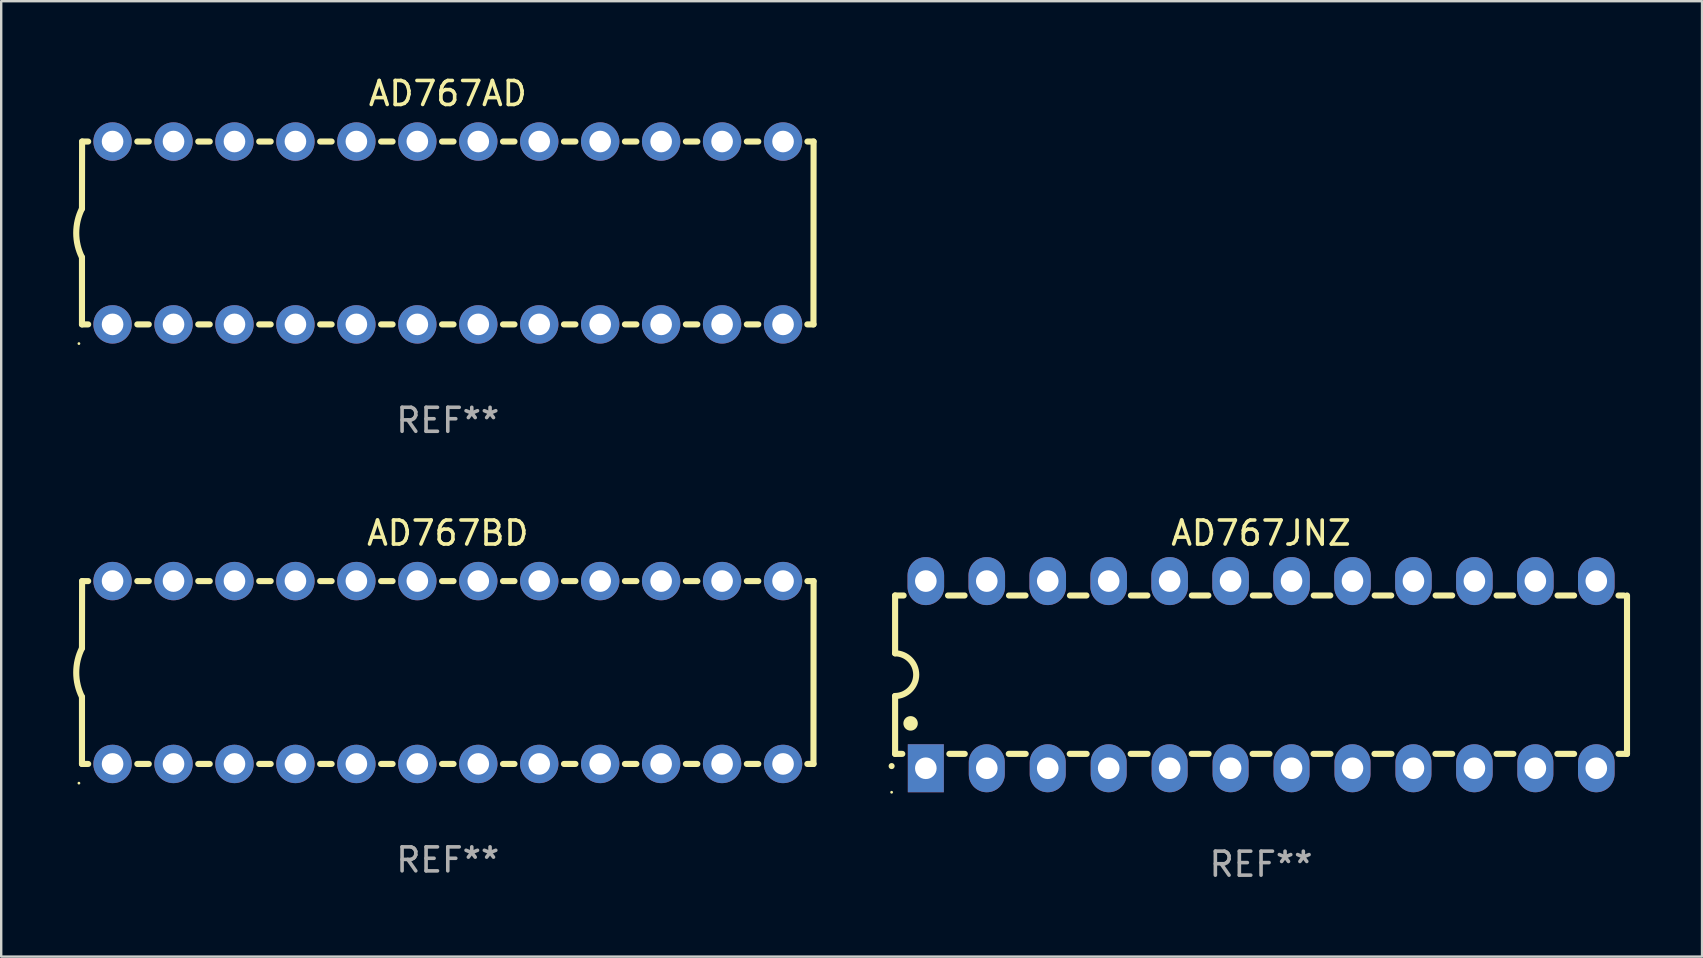
<source format=kicad_pcb>
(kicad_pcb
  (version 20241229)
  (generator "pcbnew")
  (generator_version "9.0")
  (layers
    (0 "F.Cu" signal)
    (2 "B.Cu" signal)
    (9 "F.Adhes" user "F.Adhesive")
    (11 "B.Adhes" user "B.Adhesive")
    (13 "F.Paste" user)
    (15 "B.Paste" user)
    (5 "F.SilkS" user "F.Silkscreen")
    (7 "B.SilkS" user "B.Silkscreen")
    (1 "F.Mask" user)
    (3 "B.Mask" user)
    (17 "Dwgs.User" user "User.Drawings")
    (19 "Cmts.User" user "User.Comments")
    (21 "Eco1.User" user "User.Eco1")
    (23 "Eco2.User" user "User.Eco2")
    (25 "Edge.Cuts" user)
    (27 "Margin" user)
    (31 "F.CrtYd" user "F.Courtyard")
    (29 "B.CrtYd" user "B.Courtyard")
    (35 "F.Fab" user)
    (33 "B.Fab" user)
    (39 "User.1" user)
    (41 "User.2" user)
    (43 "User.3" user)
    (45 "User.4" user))
  (footprint "AD767AD"
    (layer "F.Cu")
    (at 15.61 6.658)
    (property "Reference" "AD767AD" (at 0 -5.81 0) (layer "F.SilkS") (effects (font (size 1 1) (thickness 0.15))))
    (attr through_hole)
    (fp_line (start -15.244 3.81) (end -15.244 1.017) (stroke (width 0.254) (type solid)) (layer "F.SilkS"))
    (fp_line (start -15.239 -3.81) (end -15.244 -1.015) (stroke (width 0.254) (type solid)) (layer "F.SilkS"))
    (fp_line (start -15.239 -3.81) (end -14.985 -3.81) (stroke (width 0.254) (type solid)) (layer "F.SilkS"))
    (fp_line (start -14.985 3.81) (end -15.244 3.81) (stroke (width 0.254) (type solid)) (layer "F.SilkS"))
    (fp_line (start -12.938 -3.81) (end -12.46 -3.81) (stroke (width 0.254) (type solid)) (layer "F.SilkS"))
    (fp_line (start -12.46 3.81) (end -12.938 3.81) (stroke (width 0.254) (type solid)) (layer "F.SilkS"))
    (fp_line (start -10.398 -3.81) (end -9.92 -3.81) (stroke (width 0.254) (type solid)) (layer "F.SilkS"))
    (fp_line (start -9.92 3.81) (end -10.398 3.81) (stroke (width 0.254) (type solid)) (layer "F.SilkS"))
    (fp_line (start -7.858 -3.81) (end -7.38 -3.81) (stroke (width 0.254) (type solid)) (layer "F.SilkS"))
    (fp_line (start -7.38 3.81) (end -7.858 3.81) (stroke (width 0.254) (type solid)) (layer "F.SilkS"))
    (fp_line (start -5.318 -3.81) (end -4.84 -3.81) (stroke (width 0.254) (type solid)) (layer "F.SilkS"))
    (fp_line (start -4.84 3.81) (end -5.318 3.81) (stroke (width 0.254) (type solid)) (layer "F.SilkS"))
    (fp_line (start -2.778 -3.81) (end -2.3 -3.81) (stroke (width 0.254) (type solid)) (layer "F.SilkS"))
    (fp_line (start -2.3 3.81) (end -2.778 3.81) (stroke (width 0.254) (type solid)) (layer "F.SilkS"))
    (fp_line (start -0.238 -3.81) (end 0.24 -3.81) (stroke (width 0.254) (type solid)) (layer "F.SilkS"))
    (fp_line (start 0.24 3.81) (end -0.238 3.81) (stroke (width 0.254) (type solid)) (layer "F.SilkS"))
    (fp_line (start 2.302 -3.81) (end 2.78 -3.81) (stroke (width 0.254) (type solid)) (layer "F.SilkS"))
    (fp_line (start 2.78 3.81) (end 2.302 3.81) (stroke (width 0.254) (type solid)) (layer "F.SilkS"))
    (fp_line (start 4.842 -3.81) (end 5.32 -3.81) (stroke (width 0.254) (type solid)) (layer "F.SilkS"))
    (fp_line (start 5.32 3.81) (end 4.842 3.81) (stroke (width 0.254) (type solid)) (layer "F.SilkS"))
    (fp_line (start 7.382 -3.81) (end 7.86 -3.81) (stroke (width 0.254) (type solid)) (layer "F.SilkS"))
    (fp_line (start 7.86 3.81) (end 7.382 3.81) (stroke (width 0.254) (type solid)) (layer "F.SilkS"))
    (fp_line (start 9.922 -3.81) (end 10.4 -3.81) (stroke (width 0.254) (type solid)) (layer "F.SilkS"))
    (fp_line (start 10.4 3.81) (end 9.922 3.81) (stroke (width 0.254) (type solid)) (layer "F.SilkS"))
    (fp_line (start 12.462 -3.81) (end 12.94 -3.81) (stroke (width 0.254) (type solid)) (layer "F.SilkS"))
    (fp_line (start 12.94 3.81) (end 12.462 3.81) (stroke (width 0.254) (type solid)) (layer "F.SilkS"))
    (fp_line (start 14.987 -3.81) (end 15.241 -3.81) (stroke (width 0.254) (type solid)) (layer "F.SilkS"))
    (fp_line (start 15.241 3.81) (end 14.983 3.81) (stroke (width 0.254) (type solid)) (layer "F.SilkS"))
    (fp_line (start 15.244 -3.81) (end 15.239 3.81) (stroke (width 0.254) (type solid)) (layer "F.SilkS"))
    (fp_arc (start -15.243536 1.017247) (mid -15.483382 0.001245) (end -15.243536 -1.014757) (stroke (width 0.254001) (type solid)) (layer "F.SilkS"))
    (fp_circle (center -15.371 4.61) (end -15.341 4.61) (stroke (width 0.06) (type solid)) (fill no) (layer "F.SilkS"))
    (fp_text user "REF**" (at 0 7.81 0) (layer "F.Fab") (effects (font (size 1 1) (thickness 0.15))))
    (pad "1" thru_hole circle (at -13.969 3.81) (size 1.6 1.6) (drill 0.9) (layers "*.Cu" "*.Mask"))
    (pad "2" thru_hole circle (at -11.429 3.81) (size 1.6 1.6) (drill 0.9) (layers "*.Cu" "*.Mask"))
    (pad "3" thru_hole circle (at -8.889 3.81) (size 1.6 1.6) (drill 0.9) (layers "*.Cu" "*.Mask"))
    (pad "4" thru_hole circle (at -6.349 3.81) (size 1.6 1.6) (drill 0.9) (layers "*.Cu" "*.Mask"))
    (pad "5" thru_hole circle (at -3.809 3.81) (size 1.6 1.6) (drill 0.9) (layers "*.Cu" "*.Mask"))
    (pad "6" thru_hole circle (at -1.269 3.81) (size 1.6 1.6) (drill 0.9) (layers "*.Cu" "*.Mask"))
    (pad "7" thru_hole circle (at 1.271 3.81) (size 1.6 1.6) (drill 0.9) (layers "*.Cu" "*.Mask"))
    (pad "8" thru_hole circle (at 3.811 3.81) (size 1.6 1.6) (drill 0.9) (layers "*.Cu" "*.Mask"))
    (pad "9" thru_hole circle (at 6.351 3.81) (size 1.6 1.6) (drill 0.9) (layers "*.Cu" "*.Mask"))
    (pad "10" thru_hole circle (at 8.891 3.81) (size 1.6 1.6) (drill 0.9) (layers "*.Cu" "*.Mask"))
    (pad "11" thru_hole circle (at 11.431 3.81) (size 1.6 1.6) (drill 0.9) (layers "*.Cu" "*.Mask"))
    (pad "12" thru_hole circle (at 13.971 3.81) (size 1.6 1.6) (drill 0.9) (layers "*.Cu" "*.Mask"))
    (pad "13" thru_hole circle (at 13.971 -3.81) (size 1.6 1.6) (drill 0.9) (layers "*.Cu" "*.Mask"))
    (pad "14" thru_hole circle (at 11.431 -3.81) (size 1.6 1.6) (drill 0.9) (layers "*.Cu" "*.Mask"))
    (pad "15" thru_hole circle (at 8.891 -3.81) (size 1.6 1.6) (drill 0.9) (layers "*.Cu" "*.Mask"))
    (pad "16" thru_hole circle (at 6.351 -3.81) (size 1.6 1.6) (drill 0.9) (layers "*.Cu" "*.Mask"))
    (pad "17" thru_hole circle (at 3.811 -3.81) (size 1.6 1.6) (drill 0.9) (layers "*.Cu" "*.Mask"))
    (pad "18" thru_hole circle (at 1.271 -3.81) (size 1.6 1.6) (drill 0.9) (layers "*.Cu" "*.Mask"))
    (pad "19" thru_hole circle (at -1.269 -3.81) (size 1.6 1.6) (drill 0.9) (layers "*.Cu" "*.Mask"))
    (pad "20" thru_hole circle (at -3.809 -3.81) (size 1.6 1.6) (drill 0.9) (layers "*.Cu" "*.Mask"))
    (pad "21" thru_hole circle (at -6.349 -3.81) (size 1.6 1.6) (drill 0.9) (layers "*.Cu" "*.Mask"))
    (pad "22" thru_hole circle (at -8.889 -3.81) (size 1.6 1.6) (drill 0.9) (layers "*.Cu" "*.Mask"))
    (pad "23" thru_hole circle (at -11.429 -3.81) (size 1.6 1.6) (drill 0.9) (layers "*.Cu" "*.Mask"))
    (pad "24" thru_hole circle (at -13.969 -3.81) (size 1.6 1.6) (drill 0.9) (layers "*.Cu" "*.Mask")))
  (footprint "AD767JNZ"
    (layer "F.Cu")
    (at 49.501 25.065)
    (property "Reference" "AD767JNZ" (at 0 -5.9 0) (layer "F.SilkS") (effects (font (size 1 1) (thickness 0.15))))
    (attr through_hole)
    (fp_line (start -15.25 -3.3) (end -15.25 -0.889) (stroke (width 0.254) (type solid)) (layer "F.SilkS"))
    (fp_line (start -15.25 -3.3) (end -14.895 -3.3) (stroke (width 0.254) (type solid)) (layer "F.SilkS"))
    (fp_line (start -15.25 3.3) (end -15.25 0.889) (stroke (width 0.254) (type solid)) (layer "F.SilkS"))
    (fp_line (start -15.25 3.3) (end -14.951 3.3) (stroke (width 0.254) (type solid)) (layer "F.SilkS"))
    (fp_line (start -13.045 -3.3) (end -12.355 -3.3) (stroke (width 0.254) (type solid)) (layer "F.SilkS"))
    (fp_line (start -12.989 3.3) (end -12.347 3.3) (stroke (width 0.254) (type solid)) (layer "F.SilkS"))
    (fp_line (start -10.514 3.3) (end -9.807 3.3) (stroke (width 0.254) (type solid)) (layer "F.SilkS"))
    (fp_line (start -10.505 -3.3) (end -9.815 -3.3) (stroke (width 0.254) (type solid)) (layer "F.SilkS"))
    (fp_line (start -7.974 3.3) (end -7.267 3.3) (stroke (width 0.254) (type solid)) (layer "F.SilkS"))
    (fp_line (start -7.965 -3.3) (end -7.275 -3.3) (stroke (width 0.254) (type solid)) (layer "F.SilkS"))
    (fp_line (start -5.434 3.3) (end -4.727 3.3) (stroke (width 0.254) (type solid)) (layer "F.SilkS"))
    (fp_line (start -5.425 -3.3) (end -4.735 -3.3) (stroke (width 0.254) (type solid)) (layer "F.SilkS"))
    (fp_line (start -2.894 3.3) (end -2.187 3.3) (stroke (width 0.254) (type solid)) (layer "F.SilkS"))
    (fp_line (start -2.885 -3.3) (end -2.195 -3.3) (stroke (width 0.254) (type solid)) (layer "F.SilkS"))
    (fp_line (start -0.354 3.3) (end 0.353 3.3) (stroke (width 0.254) (type solid)) (layer "F.SilkS"))
    (fp_line (start -0.345 -3.3) (end 0.345 -3.3) (stroke (width 0.254) (type solid)) (layer "F.SilkS"))
    (fp_line (start 2.186 3.3) (end 2.893 3.3) (stroke (width 0.254) (type solid)) (layer "F.SilkS"))
    (fp_line (start 2.195 -3.3) (end 2.885 -3.3) (stroke (width 0.254) (type solid)) (layer "F.SilkS"))
    (fp_line (start 4.726 3.3) (end 5.434 3.3) (stroke (width 0.254) (type solid)) (layer "F.SilkS"))
    (fp_line (start 4.735 -3.3) (end 5.425 -3.3) (stroke (width 0.254) (type solid)) (layer "F.SilkS"))
    (fp_line (start 7.266 3.3) (end 7.965 3.3) (stroke (width 0.254) (type solid)) (layer "F.SilkS"))
    (fp_line (start 7.275 -3.3) (end 7.965 -3.3) (stroke (width 0.254) (type solid)) (layer "F.SilkS"))
    (fp_line (start 9.815 -3.3) (end 10.505 -3.3) (stroke (width 0.254) (type solid)) (layer "F.SilkS"))
    (fp_line (start 9.815 3.3) (end 10.514 3.3) (stroke (width 0.254) (type solid)) (layer "F.SilkS"))
    (fp_line (start 12.346 3.3) (end 13.045 3.3) (stroke (width 0.254) (type solid)) (layer "F.SilkS"))
    (fp_line (start 12.355 -3.3) (end 13.045 -3.3) (stroke (width 0.254) (type solid)) (layer "F.SilkS"))
    (fp_line (start 14.895 -3.3) (end 15.113 -3.3) (stroke (width 0.254) (type solid)) (layer "F.SilkS"))
    (fp_line (start 14.895 3.3) (end 15.25 3.3) (stroke (width 0.254) (type solid)) (layer "F.SilkS"))
    (fp_line (start 15.25 -3.3) (end 15.25 3.3) (stroke (width 0.254) (type solid)) (layer "F.SilkS"))
    (fp_arc (start -15.394971 3.810033) (mid -15.394978 3.808763) (end -15.394971 3.807493) (stroke (width 0.25) (type solid)) (layer "F.SilkS"))
    (fp_arc (start -15.251053 -0.890146) (mid -14.361467 -0.001067) (end -15.250038 0.889027) (stroke (width 0.254001) (type solid)) (layer "F.SilkS"))
    (fp_arc (start -14.605029 2.032029) (mid -14.60504 2.029489) (end -14.605029 2.026949) (stroke (width 0.6) (type solid)) (layer "F.SilkS"))
    (fp_circle (center -15.395 4.9) (end -15.365 4.9) (stroke (width 0.06) (type solid)) (fill no) (layer "F.SilkS"))
    (fp_text user "REF**" (at 0 7.9 0) (layer "F.Fab") (effects (font (size 1 1) (thickness 0.15))))
    (pad "1" thru_hole rect (at -13.97 3.9 90) (size 2 1.5) (drill 0.9) (layers "*.Cu" "*.Mask"))
    (pad "2" thru_hole oval (at -11.43 3.9 90) (size 2 1.5) (drill 0.9) (layers "*.Cu" "*.Mask"))
    (pad "3" thru_hole oval (at -8.89 3.9 90) (size 2 1.5) (drill 0.9) (layers "*.Cu" "*.Mask"))
    (pad "4" thru_hole oval (at -6.35 3.9 90) (size 2 1.5) (drill 0.9) (layers "*.Cu" "*.Mask"))
    (pad "5" thru_hole oval (at -3.81 3.9 90) (size 2 1.5) (drill 0.9) (layers "*.Cu" "*.Mask"))
    (pad "6" thru_hole oval (at -1.27 3.9 90) (size 2 1.5) (drill 0.9) (layers "*.Cu" "*.Mask"))
    (pad "7" thru_hole oval (at 1.27 3.9 90) (size 2 1.5) (drill 0.9) (layers "*.Cu" "*.Mask"))
    (pad "8" thru_hole oval (at 3.81 3.9 90) (size 2 1.5) (drill 0.9) (layers "*.Cu" "*.Mask"))
    (pad "9" thru_hole oval (at 6.35 3.9 90) (size 2 1.5) (drill 0.9) (layers "*.Cu" "*.Mask"))
    (pad "10" thru_hole oval (at 8.89 3.9 90) (size 2 1.524) (drill 0.9) (layers "*.Cu" "*.Mask"))
    (pad "11" thru_hole oval (at 11.43 3.9 90) (size 2 1.5) (drill 0.9) (layers "*.Cu" "*.Mask"))
    (pad "12" thru_hole oval (at 13.97 3.9 90) (size 2 1.524) (drill 0.9) (layers "*.Cu" "*.Mask"))
    (pad "13" thru_hole oval (at 13.97 -3.9 90) (size 2 1.524) (drill 0.9) (layers "*.Cu" "*.Mask"))
    (pad "14" thru_hole oval (at 11.43 -3.9 90) (size 2 1.524) (drill 0.9) (layers "*.Cu" "*.Mask"))
    (pad "15" thru_hole oval (at 8.89 -3.9 90) (size 2 1.524) (drill 0.9) (layers "*.Cu" "*.Mask"))
    (pad "16" thru_hole oval (at 6.35 -3.9 90) (size 2 1.524) (drill 0.9) (layers "*.Cu" "*.Mask"))
    (pad "17" thru_hole oval (at 3.81 -3.9 90) (size 2 1.524) (drill 0.9) (layers "*.Cu" "*.Mask"))
    (pad "18" thru_hole oval (at 1.27 -3.9 90) (size 2 1.524) (drill 0.9) (layers "*.Cu" "*.Mask"))
    (pad "19" thru_hole oval (at -1.27 -3.9 90) (size 2 1.524) (drill 0.9) (layers "*.Cu" "*.Mask"))
    (pad "20" thru_hole oval (at -3.81 -3.9 90) (size 2 1.524) (drill 0.9) (layers "*.Cu" "*.Mask"))
    (pad "21" thru_hole oval (at -6.35 -3.9 90) (size 2 1.524) (drill 0.9) (layers "*.Cu" "*.Mask"))
    (pad "22" thru_hole oval (at -8.89 -3.9 90) (size 2 1.524) (drill 0.9) (layers "*.Cu" "*.Mask"))
    (pad "23" thru_hole oval (at -11.43 -3.9 90) (size 2 1.524) (drill 0.9) (layers "*.Cu" "*.Mask"))
    (pad "24" thru_hole oval (at -13.97 -3.9 90) (size 2 1.524) (drill 0.9) (layers "*.Cu" "*.Mask")))
  (footprint "AD767BD"
    (layer "F.Cu")
    (at 15.61 24.975)
    (property "Reference" "AD767BD" (at 0 -5.81 0) (layer "F.SilkS") (effects (font (size 1 1) (thickness 0.15))))
    (attr through_hole)
    (fp_line (start -15.244 3.81) (end -15.244 1.017) (stroke (width 0.254) (type solid)) (layer "F.SilkS"))
    (fp_line (start -15.239 -3.81) (end -15.244 -1.015) (stroke (width 0.254) (type solid)) (layer "F.SilkS"))
    (fp_line (start -15.239 -3.81) (end -14.985 -3.81) (stroke (width 0.254) (type solid)) (layer "F.SilkS"))
    (fp_line (start -14.985 3.81) (end -15.244 3.81) (stroke (width 0.254) (type solid)) (layer "F.SilkS"))
    (fp_line (start -12.938 -3.81) (end -12.46 -3.81) (stroke (width 0.254) (type solid)) (layer "F.SilkS"))
    (fp_line (start -12.46 3.81) (end -12.938 3.81) (stroke (width 0.254) (type solid)) (layer "F.SilkS"))
    (fp_line (start -10.398 -3.81) (end -9.92 -3.81) (stroke (width 0.254) (type solid)) (layer "F.SilkS"))
    (fp_line (start -9.92 3.81) (end -10.398 3.81) (stroke (width 0.254) (type solid)) (layer "F.SilkS"))
    (fp_line (start -7.858 -3.81) (end -7.38 -3.81) (stroke (width 0.254) (type solid)) (layer "F.SilkS"))
    (fp_line (start -7.38 3.81) (end -7.858 3.81) (stroke (width 0.254) (type solid)) (layer "F.SilkS"))
    (fp_line (start -5.318 -3.81) (end -4.84 -3.81) (stroke (width 0.254) (type solid)) (layer "F.SilkS"))
    (fp_line (start -4.84 3.81) (end -5.318 3.81) (stroke (width 0.254) (type solid)) (layer "F.SilkS"))
    (fp_line (start -2.778 -3.81) (end -2.3 -3.81) (stroke (width 0.254) (type solid)) (layer "F.SilkS"))
    (fp_line (start -2.3 3.81) (end -2.778 3.81) (stroke (width 0.254) (type solid)) (layer "F.SilkS"))
    (fp_line (start -0.238 -3.81) (end 0.24 -3.81) (stroke (width 0.254) (type solid)) (layer "F.SilkS"))
    (fp_line (start 0.24 3.81) (end -0.238 3.81) (stroke (width 0.254) (type solid)) (layer "F.SilkS"))
    (fp_line (start 2.302 -3.81) (end 2.78 -3.81) (stroke (width 0.254) (type solid)) (layer "F.SilkS"))
    (fp_line (start 2.78 3.81) (end 2.302 3.81) (stroke (width 0.254) (type solid)) (layer "F.SilkS"))
    (fp_line (start 4.842 -3.81) (end 5.32 -3.81) (stroke (width 0.254) (type solid)) (layer "F.SilkS"))
    (fp_line (start 5.32 3.81) (end 4.842 3.81) (stroke (width 0.254) (type solid)) (layer "F.SilkS"))
    (fp_line (start 7.382 -3.81) (end 7.86 -3.81) (stroke (width 0.254) (type solid)) (layer "F.SilkS"))
    (fp_line (start 7.86 3.81) (end 7.382 3.81) (stroke (width 0.254) (type solid)) (layer "F.SilkS"))
    (fp_line (start 9.922 -3.81) (end 10.4 -3.81) (stroke (width 0.254) (type solid)) (layer "F.SilkS"))
    (fp_line (start 10.4 3.81) (end 9.922 3.81) (stroke (width 0.254) (type solid)) (layer "F.SilkS"))
    (fp_line (start 12.462 -3.81) (end 12.94 -3.81) (stroke (width 0.254) (type solid)) (layer "F.SilkS"))
    (fp_line (start 12.94 3.81) (end 12.462 3.81) (stroke (width 0.254) (type solid)) (layer "F.SilkS"))
    (fp_line (start 14.987 -3.81) (end 15.241 -3.81) (stroke (width 0.254) (type solid)) (layer "F.SilkS"))
    (fp_line (start 15.241 3.81) (end 14.983 3.81) (stroke (width 0.254) (type solid)) (layer "F.SilkS"))
    (fp_line (start 15.244 -3.81) (end 15.239 3.81) (stroke (width 0.254) (type solid)) (layer "F.SilkS"))
    (fp_arc (start -15.243536 1.017247) (mid -15.483382 0.001245) (end -15.243536 -1.014757) (stroke (width 0.254001) (type solid)) (layer "F.SilkS"))
    (fp_circle (center -15.371 4.61) (end -15.341 4.61) (stroke (width 0.06) (type solid)) (fill no) (layer "F.SilkS"))
    (fp_text user "REF**" (at 0 7.81 0) (layer "F.Fab") (effects (font (size 1 1) (thickness 0.15))))
    (pad "1" thru_hole circle (at -13.969 3.81) (size 1.6 1.6) (drill 0.9) (layers "*.Cu" "*.Mask"))
    (pad "2" thru_hole circle (at -11.429 3.81) (size 1.6 1.6) (drill 0.9) (layers "*.Cu" "*.Mask"))
    (pad "3" thru_hole circle (at -8.889 3.81) (size 1.6 1.6) (drill 0.9) (layers "*.Cu" "*.Mask"))
    (pad "4" thru_hole circle (at -6.349 3.81) (size 1.6 1.6) (drill 0.9) (layers "*.Cu" "*.Mask"))
    (pad "5" thru_hole circle (at -3.809 3.81) (size 1.6 1.6) (drill 0.9) (layers "*.Cu" "*.Mask"))
    (pad "6" thru_hole circle (at -1.269 3.81) (size 1.6 1.6) (drill 0.9) (layers "*.Cu" "*.Mask"))
    (pad "7" thru_hole circle (at 1.271 3.81) (size 1.6 1.6) (drill 0.9) (layers "*.Cu" "*.Mask"))
    (pad "8" thru_hole circle (at 3.811 3.81) (size 1.6 1.6) (drill 0.9) (layers "*.Cu" "*.Mask"))
    (pad "9" thru_hole circle (at 6.351 3.81) (size 1.6 1.6) (drill 0.9) (layers "*.Cu" "*.Mask"))
    (pad "10" thru_hole circle (at 8.891 3.81) (size 1.6 1.6) (drill 0.9) (layers "*.Cu" "*.Mask"))
    (pad "11" thru_hole circle (at 11.431 3.81) (size 1.6 1.6) (drill 0.9) (layers "*.Cu" "*.Mask"))
    (pad "12" thru_hole circle (at 13.971 3.81) (size 1.6 1.6) (drill 0.9) (layers "*.Cu" "*.Mask"))
    (pad "13" thru_hole circle (at 13.971 -3.81) (size 1.6 1.6) (drill 0.9) (layers "*.Cu" "*.Mask"))
    (pad "14" thru_hole circle (at 11.431 -3.81) (size 1.6 1.6) (drill 0.9) (layers "*.Cu" "*.Mask"))
    (pad "15" thru_hole circle (at 8.891 -3.81) (size 1.6 1.6) (drill 0.9) (layers "*.Cu" "*.Mask"))
    (pad "16" thru_hole circle (at 6.351 -3.81) (size 1.6 1.6) (drill 0.9) (layers "*.Cu" "*.Mask"))
    (pad "17" thru_hole circle (at 3.811 -3.81) (size 1.6 1.6) (drill 0.9) (layers "*.Cu" "*.Mask"))
    (pad "18" thru_hole circle (at 1.271 -3.81) (size 1.6 1.6) (drill 0.9) (layers "*.Cu" "*.Mask"))
    (pad "19" thru_hole circle (at -1.269 -3.81) (size 1.6 1.6) (drill 0.9) (layers "*.Cu" "*.Mask"))
    (pad "20" thru_hole circle (at -3.809 -3.81) (size 1.6 1.6) (drill 0.9) (layers "*.Cu" "*.Mask"))
    (pad "21" thru_hole circle (at -6.349 -3.81) (size 1.6 1.6) (drill 0.9) (layers "*.Cu" "*.Mask"))
    (pad "22" thru_hole circle (at -8.889 -3.81) (size 1.6 1.6) (drill 0.9) (layers "*.Cu" "*.Mask"))
    (pad "23" thru_hole circle (at -11.429 -3.81) (size 1.6 1.6) (drill 0.9) (layers "*.Cu" "*.Mask"))
    (pad "24" thru_hole circle (at -13.969 -3.81) (size 1.6 1.6) (drill 0.9) (layers "*.Cu" "*.Mask")))
  (gr_rect
    (start -3 -3)
    (end 67.878 36.813)
    (stroke (width 0.1) (type default))
    (fill no)
    (layer "Edge.Cuts")))
</source>
